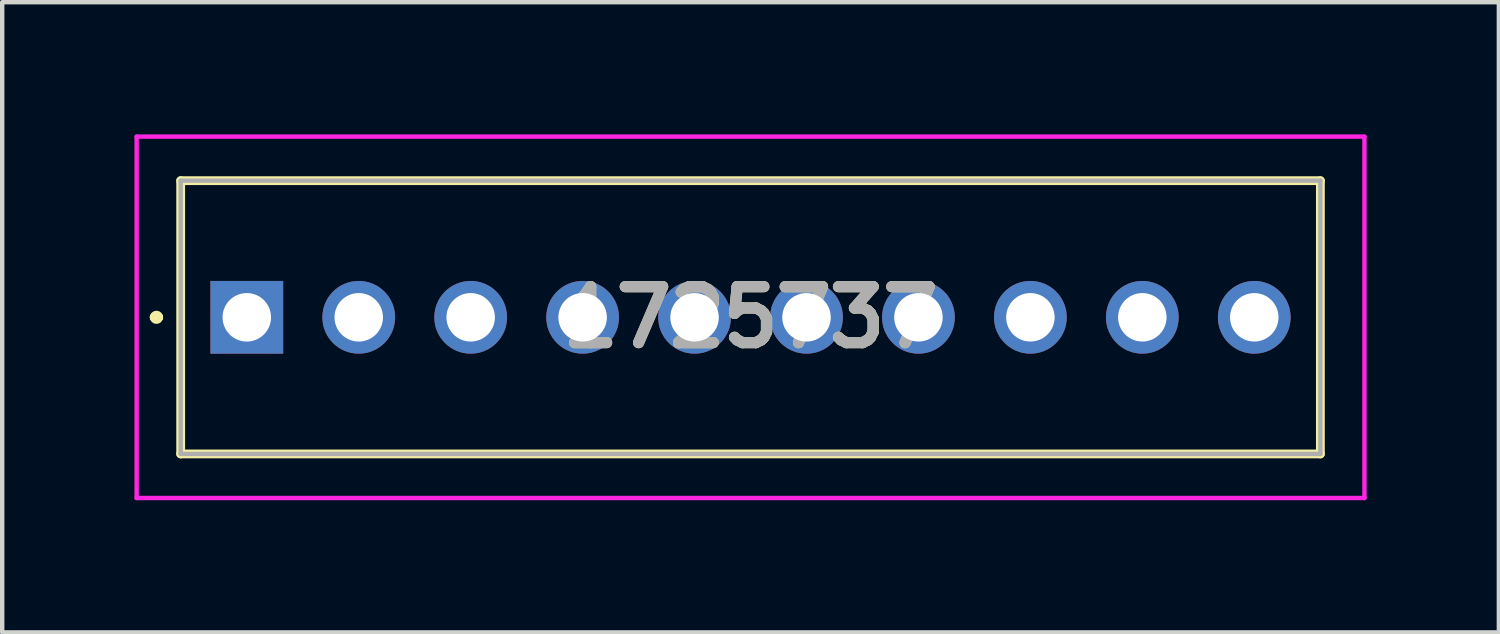
<source format=kicad_pcb>
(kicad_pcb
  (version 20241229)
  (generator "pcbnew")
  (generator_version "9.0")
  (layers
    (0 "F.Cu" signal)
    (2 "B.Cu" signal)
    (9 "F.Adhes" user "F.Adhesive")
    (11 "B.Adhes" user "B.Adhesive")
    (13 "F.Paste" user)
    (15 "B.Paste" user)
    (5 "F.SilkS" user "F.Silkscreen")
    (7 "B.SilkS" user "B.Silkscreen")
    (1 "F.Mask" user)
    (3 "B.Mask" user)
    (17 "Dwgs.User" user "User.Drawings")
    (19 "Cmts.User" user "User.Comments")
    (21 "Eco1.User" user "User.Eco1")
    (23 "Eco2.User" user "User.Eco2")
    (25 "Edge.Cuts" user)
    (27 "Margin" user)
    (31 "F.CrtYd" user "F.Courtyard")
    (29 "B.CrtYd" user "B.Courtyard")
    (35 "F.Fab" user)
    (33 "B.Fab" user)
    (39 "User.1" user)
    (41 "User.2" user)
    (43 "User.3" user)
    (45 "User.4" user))
  (footprint "1725737"
    (layer "F.Cu")
    (at 2.55 4.15)
    (property "Reference" "1725737" (at 11.43 0 0) (layer "F.SilkS") (effects (font (size 1.27 1.27) (thickness 0.254))))
    (attr through_hole)
    (fp_line (start -2.1 0) (end -2.1 0) (stroke (width 0.2) (type solid)) (layer "F.SilkS"))
    (fp_line (start -2.1 0) (end -2 0) (stroke (width 0.2) (type solid)) (layer "F.SilkS"))
    (fp_line (start -2 0) (end -2 0) (stroke (width 0.2) (type solid)) (layer "F.SilkS"))
    (fp_line (start -1.5 -3.1) (end 24.36 -3.1) (stroke (width 0.2) (type solid)) (layer "F.SilkS"))
    (fp_line (start -1.5 3.1) (end -1.5 -3.1) (stroke (width 0.2) (type solid)) (layer "F.SilkS"))
    (fp_line (start 24.36 -3.1) (end 24.36 3.1) (stroke (width 0.2) (type solid)) (layer "F.SilkS"))
    (fp_line (start 24.36 3.1) (end -1.5 3.1) (stroke (width 0.2) (type solid)) (layer "F.SilkS"))
    (fp_arc (start -2.1 0) (mid -2.05 -0.05) (end -2 0) (stroke (width 0.2) (type solid)) (layer "F.SilkS"))
    (fp_arc (start -2 0) (mid -2.05 0.05) (end -2.1 0) (stroke (width 0.2) (type solid)) (layer "F.SilkS"))
    (fp_line (start -2.5 -4.1) (end 25.36 -4.1) (stroke (width 0.1) (type solid)) (layer "F.CrtYd"))
    (fp_line (start -2.5 4.1) (end -2.5 -4.1) (stroke (width 0.1) (type solid)) (layer "F.CrtYd"))
    (fp_line (start 25.36 -4.1) (end 25.36 4.1) (stroke (width 0.1) (type solid)) (layer "F.CrtYd"))
    (fp_line (start 25.36 4.1) (end -2.5 4.1) (stroke (width 0.1) (type solid)) (layer "F.CrtYd"))
    (fp_line (start -1.5 -3.1) (end -1.5 3.1) (stroke (width 0.1) (type solid)) (layer "F.Fab"))
    (fp_line (start -1.5 3.1) (end 24.36 3.1) (stroke (width 0.1) (type solid)) (layer "F.Fab"))
    (fp_line (start 24.36 -3.1) (end -1.5 -3.1) (stroke (width 0.1) (type solid)) (layer "F.Fab"))
    (fp_line (start 24.36 3.1) (end 24.36 -3.1) (stroke (width 0.1) (type solid)) (layer "F.Fab"))
    (fp_text user "${REFERENCE}" (at 11.43 0 0) (layer "F.Fab") (effects (font (size 1.27 1.27) (thickness 0.254))))
    (pad "1" thru_hole rect (at 0 0) (size 1.65 1.65) (drill 1.1) (layers "*.Cu" "*.Mask"))
    (pad "2" thru_hole circle (at 2.54 0) (size 1.65 1.65) (drill 1.1) (layers "*.Cu" "*.Mask"))
    (pad "3" thru_hole circle (at 5.08 0) (size 1.65 1.65) (drill 1.1) (layers "*.Cu" "*.Mask"))
    (pad "4" thru_hole circle (at 7.62 0) (size 1.65 1.65) (drill 1.1) (layers "*.Cu" "*.Mask"))
    (pad "5" thru_hole circle (at 10.16 0) (size 1.65 1.65) (drill 1.1) (layers "*.Cu" "*.Mask"))
    (pad "6" thru_hole circle (at 12.7 0) (size 1.65 1.65) (drill 1.1) (layers "*.Cu" "*.Mask"))
    (pad "7" thru_hole circle (at 15.24 0) (size 1.65 1.65) (drill 1.1) (layers "*.Cu" "*.Mask"))
    (pad "8" thru_hole circle (at 17.78 0) (size 1.65 1.65) (drill 1.1) (layers "*.Cu" "*.Mask"))
    (pad "9" thru_hole circle (at 20.32 0) (size 1.65 1.65) (drill 1.1) (layers "*.Cu" "*.Mask"))
    (pad "10" thru_hole circle (at 22.86 0) (size 1.65 1.65) (drill 1.1) (layers "*.Cu" "*.Mask")))
  (gr_rect
    (start -3 -3)
    (end 30.96 11.3)
    (stroke (width 0.1) (type default))
    (fill no)
    (layer "Edge.Cuts")))
</source>
